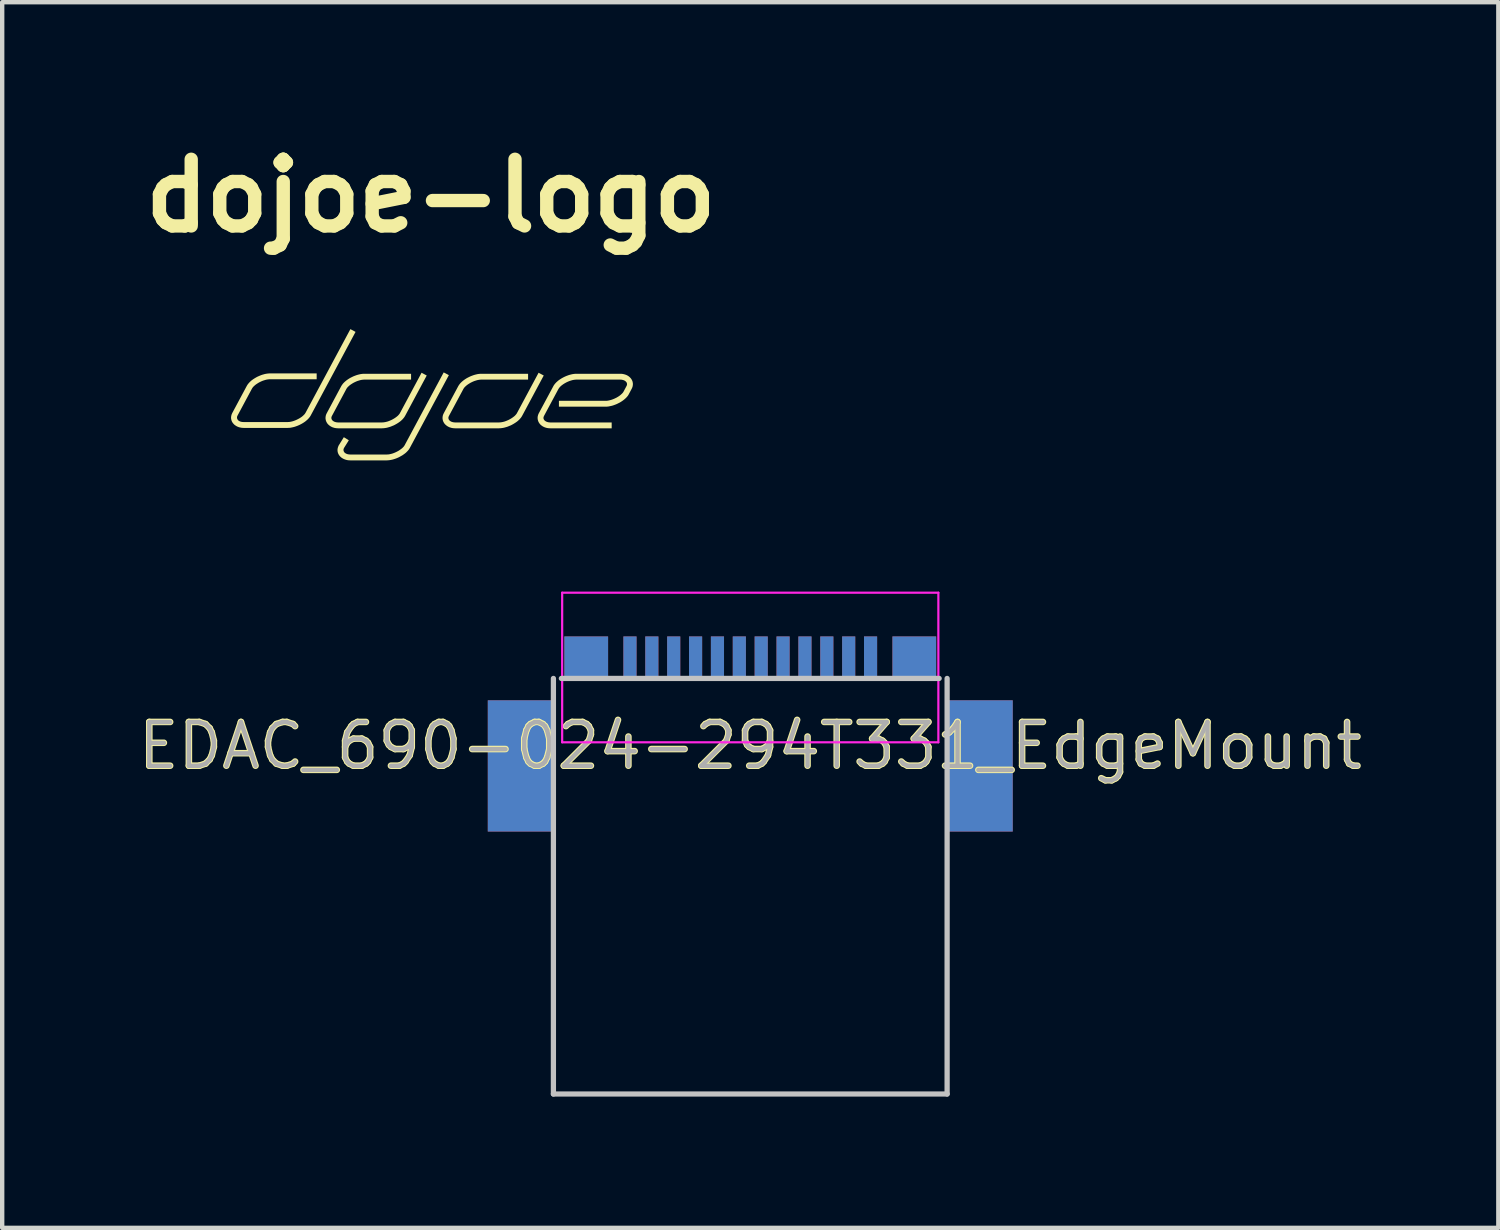
<source format=kicad_pcb>
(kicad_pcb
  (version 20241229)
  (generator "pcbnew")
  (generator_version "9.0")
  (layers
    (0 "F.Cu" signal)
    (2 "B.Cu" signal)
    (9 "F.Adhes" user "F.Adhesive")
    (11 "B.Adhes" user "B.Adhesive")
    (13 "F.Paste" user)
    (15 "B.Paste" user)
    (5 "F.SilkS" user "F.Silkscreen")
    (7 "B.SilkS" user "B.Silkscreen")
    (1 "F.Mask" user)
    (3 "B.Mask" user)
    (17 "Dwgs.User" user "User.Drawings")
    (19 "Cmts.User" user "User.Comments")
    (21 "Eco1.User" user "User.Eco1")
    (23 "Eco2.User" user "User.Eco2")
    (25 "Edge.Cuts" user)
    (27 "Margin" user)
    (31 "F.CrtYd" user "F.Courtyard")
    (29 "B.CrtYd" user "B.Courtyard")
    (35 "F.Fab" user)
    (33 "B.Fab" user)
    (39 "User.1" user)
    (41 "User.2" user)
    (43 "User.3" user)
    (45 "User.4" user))
  (footprint "EDAC_690-024-294T331_EdgeMount"
    (layer "F.Cu")
    (at 14.101 11.959)
    (property "Reference" "EDAC_690-024-294T331_EdgeMount" (at 0 2.04 180) (layer "F.SilkS") (effects (font (size 1 1) (thickness 0.15))))
    (attr smd)
    (fp_line (start -4.5 0.5) (end -4.5 10) (stroke (width 0.12) (type solid)) (layer "Dwgs.User"))
    (fp_line (start -4.5 10) (end 4.5 10) (stroke (width 0.12) (type solid)) (layer "Dwgs.User"))
    (fp_line (start -4.318 0.5) (end 4.318 0.5) (stroke (width 0.12) (type solid)) (layer "Dwgs.User"))
    (fp_line (start 4.5 10) (end 4.5 0.5) (stroke (width 0.12) (type solid)) (layer "Dwgs.User"))
    (fp_line (start -4.3 1.96) (end -4.3 -1.46) (stroke (width 0.05) (type solid)) (layer "F.CrtYd"))
    (fp_line (start 4.3 -1.46) (end -4.3 -1.46) (stroke (width 0.05) (type solid)) (layer "F.CrtYd"))
    (fp_line (start 4.3 1.96) (end -4.3 1.96) (stroke (width 0.05) (type solid)) (layer "F.CrtYd"))
    (fp_line (start 4.3 1.96) (end 4.3 -1.46) (stroke (width 0.05) (type solid)) (layer "F.CrtYd"))
    (fp_text user "${REFERENCE}" (at 0 2.04 180) (layer "F.Fab") (effects (font (size 1 1) (thickness 0.1))))
    (pad "A1" smd rect (at -2.75 0.04) (size 0.3 1) (layers "F.Cu" "F.Mask" "F.Paste"))
    (pad "A2" smd rect (at -2.25 0.04) (size 0.3 1) (layers "F.Cu" "F.Mask" "F.Paste"))
    (pad "A3" smd rect (at -1.75 0.04) (size 0.3 1) (layers "F.Cu" "F.Mask" "F.Paste"))
    (pad "A4" smd rect (at -1.25 0.04) (size 0.3 1) (layers "F.Cu" "F.Mask" "F.Paste"))
    (pad "A5" smd rect (at -0.75 0.04) (size 0.3 1) (layers "F.Cu" "F.Mask" "F.Paste"))
    (pad "A6" smd rect (at -0.25 0.04) (size 0.3 1) (layers "F.Cu" "F.Mask" "F.Paste"))
    (pad "A7" smd rect (at 0.25 0.04) (size 0.3 1) (layers "F.Cu" "F.Mask" "F.Paste"))
    (pad "A8" smd rect (at 0.75 0.04) (size 0.3 1) (layers "F.Cu" "F.Mask" "F.Paste"))
    (pad "A9" smd rect (at 1.25 0.04) (size 0.3 1) (layers "F.Cu" "F.Mask" "F.Paste"))
    (pad "A10" smd rect (at 1.75 0.04) (size 0.3 1) (layers "F.Cu" "F.Mask" "F.Paste"))
    (pad "A11" smd rect (at 2.25 0.04) (size 0.3 1) (layers "F.Cu" "F.Mask" "F.Paste"))
    (pad "A12" smd rect (at 2.75 0.04) (size 0.3 1) (layers "F.Cu" "F.Mask" "F.Paste"))
    (pad "B1" smd rect (at 2.75 0.04) (size 0.3 1) (layers "B.Cu" "B.Mask" "B.Paste"))
    (pad "B2" smd rect (at 2.25 0.04) (size 0.3 1) (layers "B.Cu" "B.Mask" "B.Paste"))
    (pad "B3" smd rect (at 1.75 0.04) (size 0.3 1) (layers "B.Cu" "B.Mask" "B.Paste"))
    (pad "B4" smd rect (at 1.25 0.04) (size 0.3 1) (layers "B.Cu" "B.Mask" "B.Paste"))
    (pad "B5" smd rect (at 0.75 0.04) (size 0.3 1) (layers "B.Cu" "B.Mask" "B.Paste"))
    (pad "B6" smd rect (at 0.25 0.04) (size 0.3 1) (layers "B.Cu" "B.Mask" "B.Paste"))
    (pad "B7" smd rect (at -0.25 0.04) (size 0.3 1) (layers "B.Cu" "B.Mask" "B.Paste"))
    (pad "B8" smd rect (at -0.75 0.04) (size 0.3 1) (layers "B.Cu" "B.Mask" "B.Paste"))
    (pad "B9" smd rect (at -1.25 0.04) (size 0.3 1) (layers "B.Cu" "B.Mask" "B.Paste"))
    (pad "B10" smd rect (at -1.75 0.04) (size 0.3 1) (layers "B.Cu" "B.Mask" "B.Paste"))
    (pad "B11" smd rect (at -2.25 0.04) (size 0.3 1) (layers "B.Cu" "B.Mask" "B.Paste"))
    (pad "B12" smd rect (at -2.75 0.04) (size 0.3 1) (layers "B.Cu" "B.Mask" "B.Paste"))
    (pad "S1" smd rect (at -3.75 0.04) (size 1 1) (layers "F.Cu" "F.Mask" "F.Paste"))
    (pad "S2" smd rect (at 3.75 0.04) (size 1 1) (layers "F.Cu" "F.Mask" "F.Paste"))
    (pad "S3" smd rect (at 3.75 0.04) (size 1 1) (layers "B.Cu" "B.Mask" "B.Paste"))
    (pad "S4" smd rect (at -3.75 0.04) (size 1 1) (layers "B.Cu" "B.Mask" "B.Paste"))
    (pad "S5" smd rect (at -5.25 2.5) (size 1.5 3) (layers "F.Cu" "F.Mask" "F.Paste"))
    (pad "S6" smd rect (at 5.25 2.5) (size 1.5 3) (layers "F.Cu" "F.Mask" "F.Paste"))
    (pad "S7" smd rect (at -5.25 2.5) (size 1.5 3) (layers "B.Cu" "B.Mask" "B.Paste"))
    (pad "S8" smd rect (at 5.25 2.5) (size 1.5 3) (layers "B.Cu" "B.Mask" "B.Paste")))
  (footprint "dojoe-logo"
    (layer "F.Cu")
    (at 6.8 5.974)
    (property "Reference" "dojoe-logo" (at 0 -4.548 0) (layer "F.SilkS") (effects (font (size 1.524 1.524) (thickness 0.305))))
    (attr smd)
    (fp_poly (pts (xy -1.844 1.5) (xy -1.869 1.499) (xy -1.893 1.497) (xy -1.916 1.493) (xy -1.938 1.488) (xy -1.96 1.481) (xy -1.981 1.473) (xy -2.001 1.464) (xy -2.019 1.454) (xy -2.037 1.443) (xy -2.053 1.43) (xy -2.068 1.417) (xy -2.082 1.402) (xy -2.094 1.387) (xy -2.105 1.371) (xy -2.114 1.354) (xy -2.122 1.336) (xy -2.128 1.318) (xy -2.132 1.299) (xy -2.134 1.279) (xy -2.135 1.259) (xy -2.133 1.239) (xy -2.129 1.218) (xy -2.123 1.197) (xy -2.115 1.176) (xy -2.105 1.154) (xy -2.102 1.15) (xy -1.99 0.97) (xy -1.876 1.041) (xy -1.987 1.218) (xy -1.997 1.244) (xy -1.998 1.262) (xy -1.996 1.28) (xy -1.99 1.297) (xy -1.98 1.314) (xy -1.966 1.328) (xy -1.948 1.341) (xy -1.927 1.351) (xy -1.903 1.359) (xy -1.875 1.364) (xy -1.844 1.366) (xy -1.008 1.366) (xy -0.985 1.365) (xy -0.96 1.363) (xy -0.935 1.358) (xy -0.909 1.352) (xy -0.883 1.345) (xy -0.857 1.336) (xy -0.831 1.326) (xy -0.806 1.315) (xy -0.781 1.303) (xy -0.756 1.29) (xy -0.733 1.277) (xy -0.711 1.262) (xy -0.69 1.247) (xy -0.67 1.232) (xy -0.652 1.217) (xy -0.636 1.201) (xy -0.621 1.185) (xy -0.61 1.17) (xy -0.6 1.154) (xy 0.293 -0.511) (xy 0.411 -0.448) (xy -0.482 1.217) (xy -0.493 1.235) (xy -0.505 1.253) (xy -0.518 1.27) (xy -0.533 1.287) (xy -0.55 1.304) (xy -0.567 1.321) (xy -0.586 1.337) (xy -0.606 1.352) (xy -0.627 1.367) (xy -0.648 1.382) (xy -0.671 1.395) (xy -0.694 1.408) (xy -0.717 1.421) (xy -0.741 1.433) (xy -0.766 1.444) (xy -0.79 1.454) (xy -0.815 1.463) (xy -0.84 1.471) (xy -0.865 1.479) (xy -0.89 1.485) (xy -0.914 1.49) (xy -0.938 1.494) (xy -0.962 1.497) (xy -0.986 1.499) (xy -1.008 1.5) (xy -1.844 1.5)) (stroke (width 0) (type solid)) (fill yes) (layer "F.SilkS"))
    (fp_poly (pts (xy -2.12 0.767) (xy -2.146 0.766) (xy -2.172 0.763) (xy -2.198 0.759) (xy -2.222 0.752) (xy -2.246 0.745) (xy -2.268 0.735) (xy -2.289 0.724) (xy -2.309 0.711) (xy -2.327 0.697) (xy -2.344 0.682) (xy -2.36 0.665) (xy -2.374 0.646) (xy -2.385 0.626) (xy -2.395 0.605) (xy -2.402 0.583) (xy -2.406 0.561) (xy -2.409 0.538) (xy -2.408 0.515) (xy -2.405 0.491) (xy -2.4 0.468) (xy -2.391 0.444) (xy -2.38 0.421) (xy -2.049 -0.197) (xy -2.038 -0.215) (xy -2.026 -0.232) (xy -2.013 -0.25) (xy -1.998 -0.267) (xy -1.981 -0.284) (xy -1.964 -0.3) (xy -1.945 -0.316) (xy -1.925 -0.332) (xy -1.904 -0.347) (xy -1.883 -0.361) (xy -1.861 -0.375) (xy -1.838 -0.388) (xy -1.814 -0.4) (xy -1.79 -0.412) (xy -1.766 -0.423) (xy -1.741 -0.433) (xy -1.716 -0.442) (xy -1.691 -0.451) (xy -1.666 -0.458) (xy -1.642 -0.464) (xy -1.617 -0.47) (xy -1.593 -0.474) (xy -1.569 -0.477) (xy -1.546 -0.479) (xy -1.523 -0.479) (xy -0.453 -0.479) (xy -0.453 -0.346) (xy -1.523 -0.346) (xy -1.547 -0.345) (xy -1.571 -0.342) (xy -1.596 -0.338) (xy -1.622 -0.332) (xy -1.648 -0.324) (xy -1.674 -0.316) (xy -1.7 -0.306) (xy -1.725 -0.295) (xy -1.75 -0.283) (xy -1.775 -0.27) (xy -1.798 -0.256) (xy -1.82 -0.242) (xy -1.842 -0.227) (xy -1.861 -0.212) (xy -1.879 -0.196) (xy -1.895 -0.181) (xy -1.91 -0.165) (xy -1.922 -0.149) (xy -1.931 -0.134) (xy -2.262 0.484) (xy -2.272 0.506) (xy -2.275 0.527) (xy -2.273 0.546) (xy -2.267 0.564) (xy -2.256 0.58) (xy -2.243 0.594) (xy -2.226 0.606) (xy -2.205 0.617) (xy -2.18 0.625) (xy -2.152 0.631) (xy -2.12 0.633) (xy -1.117 0.633) (xy -1.093 0.632) (xy -1.068 0.629) (xy -1.043 0.625) (xy -1.017 0.619) (xy -0.991 0.612) (xy -0.965 0.603) (xy -0.94 0.593) (xy -0.914 0.582) (xy -0.889 0.57) (xy -0.865 0.557) (xy -0.841 0.543) (xy -0.819 0.529) (xy -0.798 0.514) (xy -0.778 0.499) (xy -0.76 0.484) (xy -0.744 0.468) (xy -0.73 0.452) (xy -0.718 0.437) (xy -0.708 0.421) (xy -0.213 -0.503) (xy -0.095 -0.44) (xy -0.59 0.484) (xy -0.601 0.502) (xy -0.613 0.52) (xy -0.627 0.537) (xy -0.642 0.555) (xy -0.658 0.571) (xy -0.676 0.588) (xy -0.694 0.604) (xy -0.714 0.619) (xy -0.735 0.634) (xy -0.756 0.648) (xy -0.779 0.662) (xy -0.802 0.675) (xy -0.825 0.688) (xy -0.849 0.7) (xy -0.874 0.71) (xy -0.898 0.72) (xy -0.923 0.73) (xy -0.948 0.738) (xy -0.973 0.745) (xy -0.998 0.752) (xy -1.022 0.757) (xy -1.047 0.761) (xy -1.07 0.764) (xy -1.094 0.766) (xy -1.117 0.767) (xy -2.12 0.767)) (stroke (width 0) (type solid)) (fill yes) (layer "F.SilkS"))
    (fp_poly (pts (xy 0.555 0.767) (xy 0.529 0.766) (xy 0.503 0.763) (xy 0.477 0.759) (xy 0.453 0.752) (xy 0.429 0.745) (xy 0.407 0.735) (xy 0.386 0.724) (xy 0.366 0.711) (xy 0.348 0.697) (xy 0.331 0.682) (xy 0.315 0.665) (xy 0.301 0.646) (xy 0.29 0.626) (xy 0.28 0.605) (xy 0.273 0.583) (xy 0.269 0.561) (xy 0.266 0.538) (xy 0.267 0.515) (xy 0.27 0.491) (xy 0.275 0.468) (xy 0.284 0.444) (xy 0.295 0.421) (xy 0.626 -0.197) (xy 0.637 -0.215) (xy 0.649 -0.232) (xy 0.662 -0.25) (xy 0.677 -0.267) (xy 0.694 -0.284) (xy 0.711 -0.3) (xy 0.73 -0.316) (xy 0.75 -0.332) (xy 0.771 -0.347) (xy 0.792 -0.361) (xy 0.814 -0.375) (xy 0.837 -0.388) (xy 0.861 -0.4) (xy 0.885 -0.412) (xy 0.909 -0.423) (xy 0.934 -0.433) (xy 0.959 -0.442) (xy 0.984 -0.451) (xy 1.009 -0.458) (xy 1.033 -0.464) (xy 1.058 -0.47) (xy 1.082 -0.474) (xy 1.106 -0.477) (xy 1.129 -0.479) (xy 1.152 -0.479) (xy 2.222 -0.479) (xy 2.222 -0.346) (xy 1.152 -0.346) (xy 1.128 -0.345) (xy 1.104 -0.342) (xy 1.079 -0.338) (xy 1.053 -0.332) (xy 1.027 -0.324) (xy 1.001 -0.316) (xy 0.975 -0.306) (xy 0.95 -0.295) (xy 0.925 -0.283) (xy 0.9 -0.27) (xy 0.877 -0.256) (xy 0.855 -0.242) (xy 0.833 -0.227) (xy 0.814 -0.212) (xy 0.796 -0.196) (xy 0.78 -0.181) (xy 0.765 -0.165) (xy 0.753 -0.149) (xy 0.744 -0.134) (xy 0.413 0.484) (xy 0.403 0.506) (xy 0.4 0.527) (xy 0.402 0.546) (xy 0.408 0.564) (xy 0.419 0.58) (xy 0.432 0.594) (xy 0.449 0.606) (xy 0.47 0.617) (xy 0.495 0.625) (xy 0.523 0.631) (xy 0.555 0.633) (xy 1.558 0.633) (xy 1.582 0.632) (xy 1.607 0.629) (xy 1.632 0.625) (xy 1.658 0.619) (xy 1.684 0.612) (xy 1.71 0.603) (xy 1.735 0.593) (xy 1.761 0.582) (xy 1.786 0.57) (xy 1.81 0.557) (xy 1.834 0.543) (xy 1.856 0.529) (xy 1.877 0.514) (xy 1.897 0.499) (xy 1.915 0.484) (xy 1.931 0.468) (xy 1.945 0.452) (xy 1.957 0.437) (xy 1.967 0.421) (xy 2.462 -0.503) (xy 2.58 -0.44) (xy 2.085 0.484) (xy 2.074 0.502) (xy 2.062 0.52) (xy 2.048 0.537) (xy 2.033 0.555) (xy 2.017 0.571) (xy 1.999 0.588) (xy 1.981 0.604) (xy 1.961 0.619) (xy 1.94 0.634) (xy 1.918 0.648) (xy 1.896 0.662) (xy 1.873 0.675) (xy 1.85 0.688) (xy 1.826 0.7) (xy 1.801 0.71) (xy 1.777 0.72) (xy 1.752 0.73) (xy 1.727 0.738) (xy 1.702 0.745) (xy 1.677 0.752) (xy 1.653 0.757) (xy 1.628 0.761) (xy 1.605 0.764) (xy 1.581 0.766) (xy 1.558 0.767) (xy 0.555 0.767)) (stroke (width 0) (type solid)) (fill yes) (layer "F.SilkS"))
    (fp_poly (pts (xy -4.278 0.758) (xy -4.302 0.757) (xy -4.326 0.755) (xy -4.349 0.751) (xy -4.372 0.746) (xy -4.393 0.74) (xy -4.414 0.732) (xy -4.434 0.723) (xy -4.453 0.712) (xy -4.47 0.701) (xy -4.487 0.689) (xy -4.502 0.675) (xy -4.515 0.661) (xy -4.528 0.645) (xy -4.539 0.629) (xy -4.548 0.612) (xy -4.555 0.595) (xy -4.561 0.576) (xy -4.565 0.557) (xy -4.568 0.538) (xy -4.568 0.518) (xy -4.566 0.497) (xy -4.562 0.477) (xy -4.557 0.456) (xy -4.548 0.434) (xy -4.538 0.413) (xy -4.207 -0.205) (xy -4.196 -0.223) (xy -4.184 -0.241) (xy -4.17 -0.258) (xy -4.155 -0.275) (xy -4.139 -0.292) (xy -4.121 -0.309) (xy -4.103 -0.325) (xy -4.083 -0.34) (xy -4.062 -0.355) (xy -4.04 -0.369) (xy -4.018 -0.383) (xy -3.995 -0.396) (xy -3.972 -0.409) (xy -3.948 -0.42) (xy -3.923 -0.431) (xy -3.899 -0.441) (xy -3.874 -0.451) (xy -3.849 -0.459) (xy -3.824 -0.466) (xy -3.799 -0.473) (xy -3.775 -0.478) (xy -3.751 -0.482) (xy -3.727 -0.485) (xy -3.704 -0.487) (xy -3.681 -0.488) (xy -2.611 -0.488) (xy -2.611 -0.354) (xy -3.681 -0.354) (xy -3.705 -0.353) (xy -3.729 -0.35) (xy -3.754 -0.346) (xy -3.78 -0.34) (xy -3.806 -0.332) (xy -3.832 -0.324) (xy -3.858 -0.314) (xy -3.883 -0.303) (xy -3.908 -0.291) (xy -3.933 -0.278) (xy -3.956 -0.264) (xy -3.978 -0.25) (xy -4 -0.235) (xy -4.019 -0.22) (xy -4.037 -0.204) (xy -4.053 -0.189) (xy -4.068 -0.173) (xy -4.079 -0.157) (xy -4.089 -0.142) (xy -4.42 0.476) (xy -4.428 0.493) (xy -4.432 0.511) (xy -4.432 0.528) (xy -4.429 0.545) (xy -4.422 0.561) (xy -4.412 0.576) (xy -4.399 0.59) (xy -4.381 0.601) (xy -4.361 0.611) (xy -4.336 0.618) (xy -4.309 0.623) (xy -4.278 0.624) (xy -3.274 0.624) (xy -3.251 0.623) (xy -3.226 0.621) (xy -3.201 0.616) (xy -3.175 0.61) (xy -3.149 0.603) (xy -3.123 0.594) (xy -3.097 0.584) (xy -3.072 0.573) (xy -3.047 0.561) (xy -3.022 0.548) (xy -2.999 0.535) (xy -2.977 0.521) (xy -2.955 0.506) (xy -2.936 0.491) (xy -2.918 0.475) (xy -2.902 0.459) (xy -2.887 0.444) (xy -2.876 0.428) (xy -2.866 0.413) (xy -1.84 -1.5) (xy -1.722 -1.437) (xy -2.748 0.476) (xy -2.759 0.494) (xy -2.771 0.511) (xy -2.785 0.529) (xy -2.8 0.546) (xy -2.816 0.563) (xy -2.834 0.579) (xy -2.852 0.595) (xy -2.872 0.611) (xy -2.893 0.626) (xy -2.914 0.64) (xy -2.937 0.654) (xy -2.96 0.667) (xy -2.983 0.679) (xy -3.007 0.691) (xy -3.032 0.702) (xy -3.056 0.712) (xy -3.081 0.721) (xy -3.106 0.73) (xy -3.131 0.737) (xy -3.156 0.743) (xy -3.18 0.748) (xy -3.205 0.753) (xy -3.228 0.756) (xy -3.252 0.757) (xy -3.274 0.758) (xy -4.278 0.758)) (stroke (width 0) (type solid)) (fill yes) (layer "F.SilkS"))
    (fp_poly (pts (xy 2.729 0.767) (xy 2.702 0.766) (xy 2.676 0.763) (xy 2.651 0.759) (xy 2.626 0.752) (xy 2.603 0.745) (xy 2.581 0.735) (xy 2.559 0.724) (xy 2.54 0.711) (xy 2.521 0.697) (xy 2.504 0.682) (xy 2.489 0.665) (xy 2.475 0.646) (xy 2.463 0.626) (xy 2.454 0.605) (xy 2.447 0.583) (xy 2.442 0.561) (xy 2.44 0.538) (xy 2.44 0.515) (xy 2.443 0.491) (xy 2.449 0.468) (xy 2.457 0.444) (xy 2.468 0.421) (xy 2.8 -0.197) (xy 2.81 -0.215) (xy 2.822 -0.232) (xy 2.836 -0.25) (xy 2.851 -0.267) (xy 2.867 -0.284) (xy 2.885 -0.3) (xy 2.903 -0.316) (xy 2.923 -0.332) (xy 2.944 -0.347) (xy 2.966 -0.361) (xy 2.988 -0.375) (xy 3.011 -0.388) (xy 3.034 -0.4) (xy 3.058 -0.412) (xy 3.083 -0.423) (xy 3.107 -0.433) (xy 3.132 -0.442) (xy 3.157 -0.451) (xy 3.182 -0.458) (xy 3.207 -0.464) (xy 3.231 -0.47) (xy 3.256 -0.474) (xy 3.279 -0.477) (xy 3.303 -0.479) (xy 3.326 -0.479) (xy 4.329 -0.479) (xy 4.355 -0.479) (xy 4.382 -0.476) (xy 4.407 -0.471) (xy 4.431 -0.465) (xy 4.455 -0.457) (xy 4.477 -0.448) (xy 4.498 -0.437) (xy 4.518 -0.424) (xy 4.536 -0.41) (xy 4.553 -0.394) (xy 4.569 -0.377) (xy 4.583 -0.358) (xy 4.594 -0.338) (xy 4.604 -0.318) (xy 4.611 -0.296) (xy 4.615 -0.274) (xy 4.618 -0.251) (xy 4.617 -0.228) (xy 4.614 -0.204) (xy 4.609 -0.181) (xy 4.6 -0.157) (xy 4.589 -0.134) (xy 4.523 -0.01) (xy 4.513 0.008) (xy 4.501 0.026) (xy 4.487 0.043) (xy 4.472 0.06) (xy 4.455 0.077) (xy 4.438 0.093) (xy 4.419 0.109) (xy 4.399 0.125) (xy 4.378 0.14) (xy 4.357 0.154) (xy 4.335 0.168) (xy 4.312 0.181) (xy 4.288 0.193) (xy 4.264 0.205) (xy 4.24 0.216) (xy 4.215 0.226) (xy 4.19 0.235) (xy 4.165 0.244) (xy 4.141 0.251) (xy 4.116 0.257) (xy 4.091 0.262) (xy 4.067 0.267) (xy 4.043 0.27) (xy 4.02 0.272) (xy 3.997 0.272) (xy 2.927 0.272) (xy 2.927 0.138) (xy 3.997 0.138) (xy 4.021 0.138) (xy 4.045 0.135) (xy 4.071 0.13) (xy 4.096 0.124) (xy 4.122 0.117) (xy 4.148 0.108) (xy 4.174 0.098) (xy 4.2 0.087) (xy 4.225 0.075) (xy 4.249 0.063) (xy 4.272 0.049) (xy 4.295 0.035) (xy 4.316 0.02) (xy 4.335 0.005) (xy 4.353 -0.011) (xy 4.369 -0.026) (xy 4.384 -0.042) (xy 4.396 -0.058) (xy 4.405 -0.073) (xy 4.471 -0.197) (xy 4.481 -0.219) (xy 4.484 -0.24) (xy 4.482 -0.259) (xy 4.476 -0.277) (xy 4.465 -0.293) (xy 4.452 -0.306) (xy 4.435 -0.319) (xy 4.414 -0.33) (xy 4.389 -0.338) (xy 4.361 -0.344) (xy 4.329 -0.346) (xy 3.326 -0.346) (xy 3.302 -0.345) (xy 3.277 -0.342) (xy 3.252 -0.338) (xy 3.226 -0.332) (xy 3.2 -0.324) (xy 3.174 -0.316) (xy 3.149 -0.306) (xy 3.123 -0.295) (xy 3.098 -0.283) (xy 3.074 -0.27) (xy 3.05 -0.256) (xy 3.028 -0.242) (xy 3.007 -0.227) (xy 2.987 -0.212) (xy 2.969 -0.196) (xy 2.953 -0.181) (xy 2.939 -0.165) (xy 2.927 -0.149) (xy 2.917 -0.134) (xy 2.586 0.484) (xy 2.577 0.506) (xy 2.573 0.527) (xy 2.575 0.546) (xy 2.582 0.564) (xy 2.592 0.58) (xy 2.606 0.594) (xy 2.623 0.606) (xy 2.644 0.617) (xy 2.668 0.625) (xy 2.697 0.631) (xy 2.729 0.633) (xy 4.133 0.633) (xy 4.133 0.767) (xy 2.729 0.767)) (stroke (width 0) (type solid)) (fill yes) (layer "F.SilkS")))
  (gr_rect
    (start -3 -3)
    (end 31.202 25.019)
    (stroke (width 0.1) (type default))
    (fill no)
    (layer "Edge.Cuts")))
</source>
